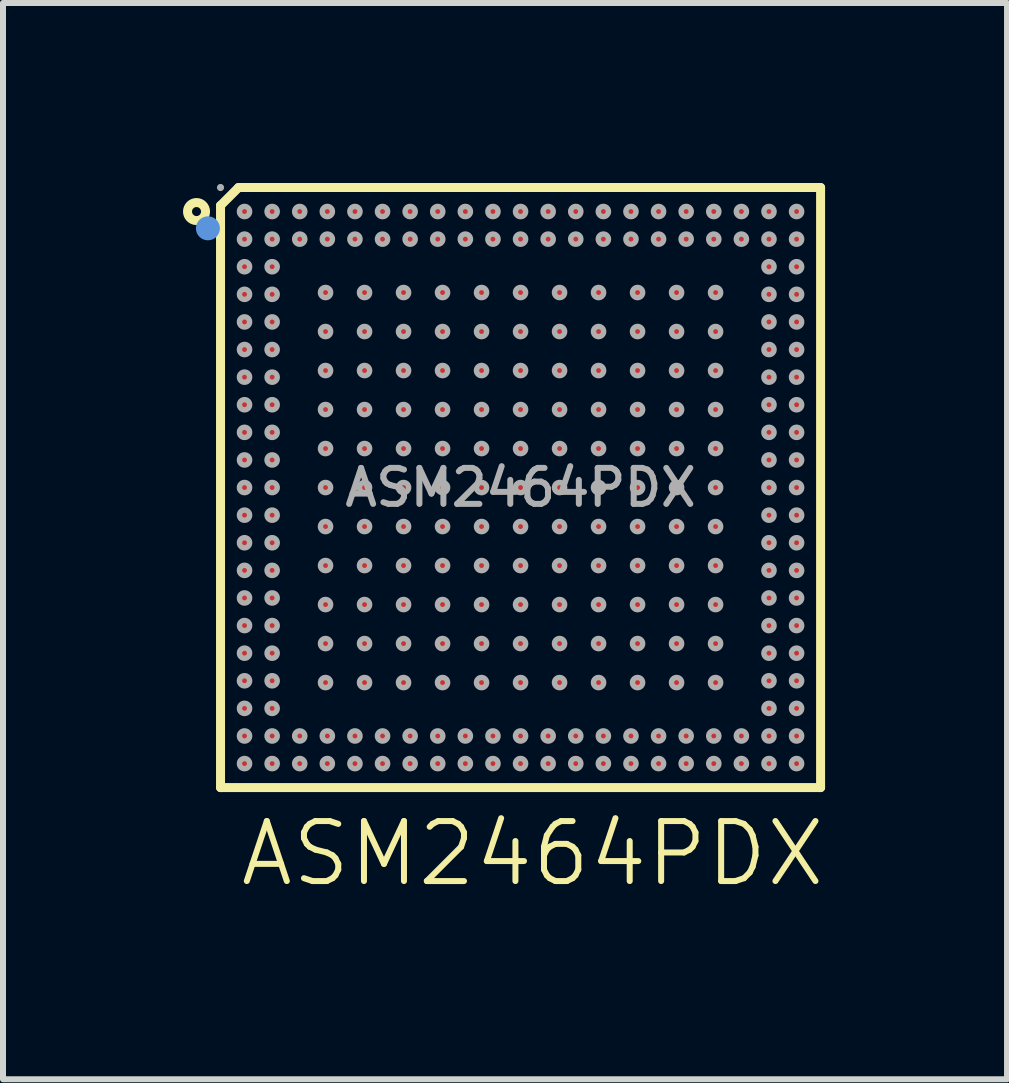
<source format=kicad_pcb>
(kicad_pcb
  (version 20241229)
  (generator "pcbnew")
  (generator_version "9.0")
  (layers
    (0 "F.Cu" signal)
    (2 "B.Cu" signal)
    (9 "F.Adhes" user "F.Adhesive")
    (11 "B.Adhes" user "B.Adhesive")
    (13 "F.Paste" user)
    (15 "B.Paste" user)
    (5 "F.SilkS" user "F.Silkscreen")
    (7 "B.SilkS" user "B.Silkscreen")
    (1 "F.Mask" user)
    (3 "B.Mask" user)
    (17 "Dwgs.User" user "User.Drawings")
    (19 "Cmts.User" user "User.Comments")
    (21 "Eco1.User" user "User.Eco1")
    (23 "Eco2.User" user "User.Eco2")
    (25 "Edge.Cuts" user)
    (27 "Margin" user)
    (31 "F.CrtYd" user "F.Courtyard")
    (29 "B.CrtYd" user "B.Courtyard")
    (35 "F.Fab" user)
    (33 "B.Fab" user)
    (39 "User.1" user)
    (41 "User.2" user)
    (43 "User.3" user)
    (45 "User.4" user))
  (footprint "ASM2464PDX"
    (layer "F.Cu")
    (at 5.825 11.675)
    (property "Reference" "ASM2464PDX" (at 0 -0.5 0) (unlocked yes) (layer "F.SilkS") (effects (font (size 1 1) (thickness 0.1))))
    (attr smd)
    (fp_line (start -5.2 -1.6) (end -5.2 -11.3) (stroke (width 0.15) (type solid)) (layer "F.SilkS"))
    (fp_line (start -5.2 -11.3) (end -4.9 -11.6) (stroke (width 0.15) (type solid)) (layer "F.SilkS"))
    (fp_line (start -4.9 -11.6) (end 4.8 -11.6) (stroke (width 0.15) (type solid)) (layer "F.SilkS"))
    (fp_line (start 4.8 -11.6) (end 4.8 -1.6) (stroke (width 0.15) (type solid)) (layer "F.SilkS"))
    (fp_line (start 4.8 -1.6) (end -5.2 -1.6) (stroke (width 0.15) (type solid)) (layer "F.SilkS"))
    (fp_arc (start -5.450002 -11.190001) (mid -5.750252 -11.204997) (end -5.449669 -11.200016) (stroke (width 0.15) (type solid)) (layer "F.SilkS"))
    (fp_circle (center -5.41 -10.92) (end -5.31 -10.92) (stroke (width 0.2) (type solid)) (fill no) (layer "Cmts.User"))
    (fp_circle (center -5.2 -11.6) (end -5.17 -11.6) (stroke (width 0.06) (type solid)) (fill no) (layer "F.Fab"))
    (fp_circle (center -4.8 -9.36) (end -4.76 -9.36) (stroke (width 0.09) (type solid)) (fill no) (layer "F.Fab"))
    (fp_circle (center -4.8 -9.82) (end -4.76 -9.82) (stroke (width 0.09) (type solid)) (fill no) (layer "F.Fab"))
    (fp_circle (center -4.8 -3.38) (end -4.76 -3.38) (stroke (width 0.09) (type solid)) (fill no) (layer "F.Fab"))
    (fp_circle (center -4.8 -11.2) (end -4.76 -11.2) (stroke (width 0.09) (type solid)) (fill no) (layer "F.Fab"))
    (fp_circle (center -4.8 -10.74) (end -4.76 -10.74) (stroke (width 0.09) (type solid)) (fill no) (layer "F.Fab"))
    (fp_circle (center -4.8 -10.28) (end -4.76 -10.28) (stroke (width 0.09) (type solid)) (fill no) (layer "F.Fab"))
    (fp_circle (center -4.8 -8.9) (end -4.76 -8.9) (stroke (width 0.09) (type solid)) (fill no) (layer "F.Fab"))
    (fp_circle (center -4.8 -7.98) (end -4.76 -7.98) (stroke (width 0.09) (type solid)) (fill no) (layer "F.Fab"))
    (fp_circle (center -4.8 -7.52) (end -4.76 -7.52) (stroke (width 0.09) (type solid)) (fill no) (layer "F.Fab"))
    (fp_circle (center -4.8 -6.6) (end -4.76 -6.6) (stroke (width 0.09) (type solid)) (fill no) (layer "F.Fab"))
    (fp_circle (center -4.8 -5.68) (end -4.76 -5.68) (stroke (width 0.09) (type solid)) (fill no) (layer "F.Fab"))
    (fp_circle (center -4.8 -5.22) (end -4.76 -5.22) (stroke (width 0.09) (type solid)) (fill no) (layer "F.Fab"))
    (fp_circle (center -4.8 -4.3) (end -4.76 -4.3) (stroke (width 0.09) (type solid)) (fill no) (layer "F.Fab"))
    (fp_circle (center -4.8 -3.84) (end -4.76 -3.84) (stroke (width 0.09) (type solid)) (fill no) (layer "F.Fab"))
    (fp_circle (center -4.8 -2.92) (end -4.76 -2.92) (stroke (width 0.09) (type solid)) (fill no) (layer "F.Fab"))
    (fp_circle (center -4.8 -2.46) (end -4.76 -2.46) (stroke (width 0.09) (type solid)) (fill no) (layer "F.Fab"))
    (fp_circle (center -4.8 -2) (end -4.76 -2) (stroke (width 0.09) (type solid)) (fill no) (layer "F.Fab"))
    (fp_circle (center -4.8 -8.44) (end -4.76 -8.44) (stroke (width 0.09) (type solid)) (fill no) (layer "F.Fab"))
    (fp_circle (center -4.8 -4.76) (end -4.76 -4.76) (stroke (width 0.09) (type solid)) (fill no) (layer "F.Fab"))
    (fp_circle (center -4.8 -7.06) (end -4.76 -7.06) (stroke (width 0.09) (type solid)) (fill no) (layer "F.Fab"))
    (fp_circle (center -4.8 -6.14) (end -4.76 -6.14) (stroke (width 0.09) (type solid)) (fill no) (layer "F.Fab"))
    (fp_circle (center -4.34 -9.36) (end -4.3 -9.36) (stroke (width 0.09) (type solid)) (fill no) (layer "F.Fab"))
    (fp_circle (center -4.34 -5.68) (end -4.3 -5.68) (stroke (width 0.09) (type solid)) (fill no) (layer "F.Fab"))
    (fp_circle (center -4.34 -3.38) (end -4.3 -3.38) (stroke (width 0.09) (type solid)) (fill no) (layer "F.Fab"))
    (fp_circle (center -4.34 -11.2) (end -4.3 -11.2) (stroke (width 0.09) (type solid)) (fill no) (layer "F.Fab"))
    (fp_circle (center -4.34 -10.74) (end -4.3 -10.74) (stroke (width 0.09) (type solid)) (fill no) (layer "F.Fab"))
    (fp_circle (center -4.34 -10.28) (end -4.3 -10.28) (stroke (width 0.09) (type solid)) (fill no) (layer "F.Fab"))
    (fp_circle (center -4.34 -9.82) (end -4.3 -9.82) (stroke (width 0.09) (type solid)) (fill no) (layer "F.Fab"))
    (fp_circle (center -4.34 -8.9) (end -4.3 -8.9) (stroke (width 0.09) (type solid)) (fill no) (layer "F.Fab"))
    (fp_circle (center -4.34 -8.44) (end -4.3 -8.44) (stroke (width 0.09) (type solid)) (fill no) (layer "F.Fab"))
    (fp_circle (center -4.34 -7.98) (end -4.3 -7.98) (stroke (width 0.09) (type solid)) (fill no) (layer "F.Fab"))
    (fp_circle (center -4.34 -7.52) (end -4.3 -7.52) (stroke (width 0.09) (type solid)) (fill no) (layer "F.Fab"))
    (fp_circle (center -4.34 -6.6) (end -4.3 -6.6) (stroke (width 0.09) (type solid)) (fill no) (layer "F.Fab"))
    (fp_circle (center -4.34 -6.14) (end -4.3 -6.14) (stroke (width 0.09) (type solid)) (fill no) (layer "F.Fab"))
    (fp_circle (center -4.34 -5.22) (end -4.3 -5.22) (stroke (width 0.09) (type solid)) (fill no) (layer "F.Fab"))
    (fp_circle (center -4.34 -4.76) (end -4.3 -4.76) (stroke (width 0.09) (type solid)) (fill no) (layer "F.Fab"))
    (fp_circle (center -4.34 -3.84) (end -4.3 -3.84) (stroke (width 0.09) (type solid)) (fill no) (layer "F.Fab"))
    (fp_circle (center -4.34 -2.92) (end -4.3 -2.92) (stroke (width 0.09) (type solid)) (fill no) (layer "F.Fab"))
    (fp_circle (center -4.34 -2.46) (end -4.3 -2.46) (stroke (width 0.09) (type solid)) (fill no) (layer "F.Fab"))
    (fp_circle (center -4.34 -7.06) (end -4.3 -7.06) (stroke (width 0.09) (type solid)) (fill no) (layer "F.Fab"))
    (fp_circle (center -4.34 -4.3) (end -4.3 -4.3) (stroke (width 0.09) (type solid)) (fill no) (layer "F.Fab"))
    (fp_circle (center -4.34 -2) (end -4.3 -2) (stroke (width 0.09) (type solid)) (fill no) (layer "F.Fab"))
    (fp_circle (center -3.88 -10.74) (end -3.84 -10.74) (stroke (width 0.09) (type solid)) (fill no) (layer "F.Fab"))
    (fp_circle (center -3.88 -2.46) (end -3.84 -2.46) (stroke (width 0.09) (type solid)) (fill no) (layer "F.Fab"))
    (fp_circle (center -3.88 -11.2) (end -3.84 -11.2) (stroke (width 0.09) (type solid)) (fill no) (layer "F.Fab"))
    (fp_circle (center -3.88 -2) (end -3.84 -2) (stroke (width 0.09) (type solid)) (fill no) (layer "F.Fab"))
    (fp_circle (center -3.45 -9.85) (end -3.41 -9.85) (stroke (width 0.09) (type solid)) (fill no) (layer "F.Fab"))
    (fp_circle (center -3.45 -8.55) (end -3.41 -8.55) (stroke (width 0.09) (type solid)) (fill no) (layer "F.Fab"))
    (fp_circle (center -3.45 -7.9) (end -3.41 -7.9) (stroke (width 0.09) (type solid)) (fill no) (layer "F.Fab"))
    (fp_circle (center -3.45 -7.25) (end -3.41 -7.25) (stroke (width 0.09) (type solid)) (fill no) (layer "F.Fab"))
    (fp_circle (center -3.45 -5.3) (end -3.41 -5.3) (stroke (width 0.09) (type solid)) (fill no) (layer "F.Fab"))
    (fp_circle (center -3.45 -4.65) (end -3.41 -4.65) (stroke (width 0.09) (type solid)) (fill no) (layer "F.Fab"))
    (fp_circle (center -3.45 -3.35) (end -3.41 -3.35) (stroke (width 0.09) (type solid)) (fill no) (layer "F.Fab"))
    (fp_circle (center -3.45 -9.2) (end -3.41 -9.2) (stroke (width 0.09) (type solid)) (fill no) (layer "F.Fab"))
    (fp_circle (center -3.45 -6.6) (end -3.41 -6.6) (stroke (width 0.09) (type solid)) (fill no) (layer "F.Fab"))
    (fp_circle (center -3.45 -5.95) (end -3.41 -5.95) (stroke (width 0.09) (type solid)) (fill no) (layer "F.Fab"))
    (fp_circle (center -3.45 -4) (end -3.41 -4) (stroke (width 0.09) (type solid)) (fill no) (layer "F.Fab"))
    (fp_circle (center -3.42 -10.74) (end -3.38 -10.74) (stroke (width 0.09) (type solid)) (fill no) (layer "F.Fab"))
    (fp_circle (center -3.42 -2.46) (end -3.38 -2.46) (stroke (width 0.09) (type solid)) (fill no) (layer "F.Fab"))
    (fp_circle (center -3.42 -11.2) (end -3.38 -11.2) (stroke (width 0.09) (type solid)) (fill no) (layer "F.Fab"))
    (fp_circle (center -3.42 -2) (end -3.38 -2) (stroke (width 0.09) (type solid)) (fill no) (layer "F.Fab"))
    (fp_circle (center -2.96 -10.74) (end -2.92 -10.74) (stroke (width 0.09) (type solid)) (fill no) (layer "F.Fab"))
    (fp_circle (center -2.96 -2.46) (end -2.92 -2.46) (stroke (width 0.09) (type solid)) (fill no) (layer "F.Fab"))
    (fp_circle (center -2.96 -2) (end -2.92 -2) (stroke (width 0.09) (type solid)) (fill no) (layer "F.Fab"))
    (fp_circle (center -2.96 -11.2) (end -2.92 -11.2) (stroke (width 0.09) (type solid)) (fill no) (layer "F.Fab"))
    (fp_circle (center -2.8 -9.85) (end -2.76 -9.85) (stroke (width 0.09) (type solid)) (fill no) (layer "F.Fab"))
    (fp_circle (center -2.8 -5.95) (end -2.76 -5.95) (stroke (width 0.09) (type solid)) (fill no) (layer "F.Fab"))
    (fp_circle (center -2.8 -9.2) (end -2.76 -9.2) (stroke (width 0.09) (type solid)) (fill no) (layer "F.Fab"))
    (fp_circle (center -2.8 -8.55) (end -2.76 -8.55) (stroke (width 0.09) (type solid)) (fill no) (layer "F.Fab"))
    (fp_circle (center -2.8 -7.25) (end -2.76 -7.25) (stroke (width 0.09) (type solid)) (fill no) (layer "F.Fab"))
    (fp_circle (center -2.8 -6.6) (end -2.76 -6.6) (stroke (width 0.09) (type solid)) (fill no) (layer "F.Fab"))
    (fp_circle (center -2.8 -4) (end -2.76 -4) (stroke (width 0.09) (type solid)) (fill no) (layer "F.Fab"))
    (fp_circle (center -2.8 -3.35) (end -2.76 -3.35) (stroke (width 0.09) (type solid)) (fill no) (layer "F.Fab"))
    (fp_circle (center -2.8 -7.9) (end -2.76 -7.9) (stroke (width 0.09) (type solid)) (fill no) (layer "F.Fab"))
    (fp_circle (center -2.8 -5.3) (end -2.76 -5.3) (stroke (width 0.09) (type solid)) (fill no) (layer "F.Fab"))
    (fp_circle (center -2.8 -4.65) (end -2.76 -4.65) (stroke (width 0.09) (type solid)) (fill no) (layer "F.Fab"))
    (fp_circle (center -2.5 -2.46) (end -2.46 -2.46) (stroke (width 0.09) (type solid)) (fill no) (layer "F.Fab"))
    (fp_circle (center -2.5 -11.2) (end -2.46 -11.2) (stroke (width 0.09) (type solid)) (fill no) (layer "F.Fab"))
    (fp_circle (center -2.5 -10.74) (end -2.46 -10.74) (stroke (width 0.09) (type solid)) (fill no) (layer "F.Fab"))
    (fp_circle (center -2.5 -2) (end -2.46 -2) (stroke (width 0.09) (type solid)) (fill no) (layer "F.Fab"))
    (fp_circle (center -2.15 -9.2) (end -2.11 -9.2) (stroke (width 0.09) (type solid)) (fill no) (layer "F.Fab"))
    (fp_circle (center -2.15 -7.9) (end -2.11 -7.9) (stroke (width 0.09) (type solid)) (fill no) (layer "F.Fab"))
    (fp_circle (center -2.15 -5.3) (end -2.11 -5.3) (stroke (width 0.09) (type solid)) (fill no) (layer "F.Fab"))
    (fp_circle (center -2.15 -9.85) (end -2.11 -9.85) (stroke (width 0.09) (type solid)) (fill no) (layer "F.Fab"))
    (fp_circle (center -2.15 -7.25) (end -2.11 -7.25) (stroke (width 0.09) (type solid)) (fill no) (layer "F.Fab"))
    (fp_circle (center -2.15 -6.6) (end -2.11 -6.6) (stroke (width 0.09) (type solid)) (fill no) (layer "F.Fab"))
    (fp_circle (center -2.15 -5.95) (end -2.11 -5.95) (stroke (width 0.09) (type solid)) (fill no) (layer "F.Fab"))
    (fp_circle (center -2.15 -3.35) (end -2.11 -3.35) (stroke (width 0.09) (type solid)) (fill no) (layer "F.Fab"))
    (fp_circle (center -2.15 -8.55) (end -2.11 -8.55) (stroke (width 0.09) (type solid)) (fill no) (layer "F.Fab"))
    (fp_circle (center -2.15 -4.65) (end -2.11 -4.65) (stroke (width 0.09) (type solid)) (fill no) (layer "F.Fab"))
    (fp_circle (center -2.15 -4) (end -2.11 -4) (stroke (width 0.09) (type solid)) (fill no) (layer "F.Fab"))
    (fp_circle (center -2.04 -11.2) (end -2 -11.2) (stroke (width 0.09) (type solid)) (fill no) (layer "F.Fab"))
    (fp_circle (center -2.04 -10.74) (end -2 -10.74) (stroke (width 0.09) (type solid)) (fill no) (layer "F.Fab"))
    (fp_circle (center -2.04 -2.46) (end -2 -2.46) (stroke (width 0.09) (type solid)) (fill no) (layer "F.Fab"))
    (fp_circle (center -2.04 -2) (end -2 -2) (stroke (width 0.09) (type solid)) (fill no) (layer "F.Fab"))
    (fp_circle (center -1.58 -11.2) (end -1.54 -11.2) (stroke (width 0.09) (type solid)) (fill no) (layer "F.Fab"))
    (fp_circle (center -1.58 -10.74) (end -1.54 -10.74) (stroke (width 0.09) (type solid)) (fill no) (layer "F.Fab"))
    (fp_circle (center -1.58 -2.46) (end -1.54 -2.46) (stroke (width 0.09) (type solid)) (fill no) (layer "F.Fab"))
    (fp_circle (center -1.58 -2) (end -1.54 -2) (stroke (width 0.09) (type solid)) (fill no) (layer "F.Fab"))
    (fp_circle (center -1.5 -7.25) (end -1.46 -7.25) (stroke (width 0.09) (type solid)) (fill no) (layer "F.Fab"))
    (fp_circle (center -1.5 -4.65) (end -1.46 -4.65) (stroke (width 0.09) (type solid)) (fill no) (layer "F.Fab"))
    (fp_circle (center -1.5 -9.85) (end -1.46 -9.85) (stroke (width 0.09) (type solid)) (fill no) (layer "F.Fab"))
    (fp_circle (center -1.5 -7.9) (end -1.46 -7.9) (stroke (width 0.09) (type solid)) (fill no) (layer "F.Fab"))
    (fp_circle (center -1.5 -5.3) (end -1.46 -5.3) (stroke (width 0.09) (type solid)) (fill no) (layer "F.Fab"))
    (fp_circle (center -1.5 -3.35) (end -1.46 -3.35) (stroke (width 0.09) (type solid)) (fill no) (layer "F.Fab"))
    (fp_circle (center -1.5 -6.6) (end -1.46 -6.6) (stroke (width 0.09) (type solid)) (fill no) (layer "F.Fab"))
    (fp_circle (center -1.5 -5.95) (end -1.46 -5.95) (stroke (width 0.09) (type solid)) (fill no) (layer "F.Fab"))
    (fp_circle (center -1.5 -9.2) (end -1.46 -9.2) (stroke (width 0.09) (type solid)) (fill no) (layer "F.Fab"))
    (fp_circle (center -1.5 -8.55) (end -1.46 -8.55) (stroke (width 0.09) (type solid)) (fill no) (layer "F.Fab"))
    (fp_circle (center -1.5 -4) (end -1.46 -4) (stroke (width 0.09) (type solid)) (fill no) (layer "F.Fab"))
    (fp_circle (center -1.12 -10.74) (end -1.08 -10.74) (stroke (width 0.09) (type solid)) (fill no) (layer "F.Fab"))
    (fp_circle (center -1.12 -2.46) (end -1.08 -2.46) (stroke (width 0.09) (type solid)) (fill no) (layer "F.Fab"))
    (fp_circle (center -1.12 -11.2) (end -1.08 -11.2) (stroke (width 0.09) (type solid)) (fill no) (layer "F.Fab"))
    (fp_circle (center -1.12 -2) (end -1.08 -2) (stroke (width 0.09) (type solid)) (fill no) (layer "F.Fab"))
    (fp_circle (center -0.85 -9.85) (end -0.81 -9.85) (stroke (width 0.09) (type solid)) (fill no) (layer "F.Fab"))
    (fp_circle (center -0.85 -9.2) (end -0.81 -9.2) (stroke (width 0.09) (type solid)) (fill no) (layer "F.Fab"))
    (fp_circle (center -0.85 -7.25) (end -0.81 -7.25) (stroke (width 0.09) (type solid)) (fill no) (layer "F.Fab"))
    (fp_circle (center -0.85 -6.6) (end -0.81 -6.6) (stroke (width 0.09) (type solid)) (fill no) (layer "F.Fab"))
    (fp_circle (center -0.85 -4) (end -0.81 -4) (stroke (width 0.09) (type solid)) (fill no) (layer "F.Fab"))
    (fp_circle (center -0.85 -3.35) (end -0.81 -3.35) (stroke (width 0.09) (type solid)) (fill no) (layer "F.Fab"))
    (fp_circle (center -0.85 -8.55) (end -0.81 -8.55) (stroke (width 0.09) (type solid)) (fill no) (layer "F.Fab"))
    (fp_circle (center -0.85 -7.9) (end -0.81 -7.9) (stroke (width 0.09) (type solid)) (fill no) (layer "F.Fab"))
    (fp_circle (center -0.85 -5.95) (end -0.81 -5.95) (stroke (width 0.09) (type solid)) (fill no) (layer "F.Fab"))
    (fp_circle (center -0.85 -5.3) (end -0.81 -5.3) (stroke (width 0.09) (type solid)) (fill no) (layer "F.Fab"))
    (fp_circle (center -0.85 -4.65) (end -0.81 -4.65) (stroke (width 0.09) (type solid)) (fill no) (layer "F.Fab"))
    (fp_circle (center -0.66 -2) (end -0.62 -2) (stroke (width 0.09) (type solid)) (fill no) (layer "F.Fab"))
    (fp_circle (center -0.66 -10.74) (end -0.62 -10.74) (stroke (width 0.09) (type solid)) (fill no) (layer "F.Fab"))
    (fp_circle (center -0.66 -11.2) (end -0.62 -11.2) (stroke (width 0.09) (type solid)) (fill no) (layer "F.Fab"))
    (fp_circle (center -0.66 -2.46) (end -0.62 -2.46) (stroke (width 0.09) (type solid)) (fill no) (layer "F.Fab"))
    (fp_circle (center -0.2 -5.95) (end -0.16 -5.95) (stroke (width 0.09) (type solid)) (fill no) (layer "F.Fab"))
    (fp_circle (center -0.2 -11.2) (end -0.16 -11.2) (stroke (width 0.09) (type solid)) (fill no) (layer "F.Fab"))
    (fp_circle (center -0.2 -10.74) (end -0.16 -10.74) (stroke (width 0.09) (type solid)) (fill no) (layer "F.Fab"))
    (fp_circle (center -0.2 -9.85) (end -0.16 -9.85) (stroke (width 0.09) (type solid)) (fill no) (layer "F.Fab"))
    (fp_circle (center -0.2 -9.2) (end -0.16 -9.2) (stroke (width 0.09) (type solid)) (fill no) (layer "F.Fab"))
    (fp_circle (center -0.2 -8.55) (end -0.16 -8.55) (stroke (width 0.09) (type solid)) (fill no) (layer "F.Fab"))
    (fp_circle (center -0.2 -7.9) (end -0.16 -7.9) (stroke (width 0.09) (type solid)) (fill no) (layer "F.Fab"))
    (fp_circle (center -0.2 -6.6) (end -0.16 -6.6) (stroke (width 0.09) (type solid)) (fill no) (layer "F.Fab"))
    (fp_circle (center -0.2 -5.3) (end -0.16 -5.3) (stroke (width 0.09) (type solid)) (fill no) (layer "F.Fab"))
    (fp_circle (center -0.2 -4.65) (end -0.16 -4.65) (stroke (width 0.09) (type solid)) (fill no) (layer "F.Fab"))
    (fp_circle (center -0.2 -4) (end -0.16 -4) (stroke (width 0.09) (type solid)) (fill no) (layer "F.Fab"))
    (fp_circle (center -0.2 -3.35) (end -0.16 -3.35) (stroke (width 0.09) (type solid)) (fill no) (layer "F.Fab"))
    (fp_circle (center -0.2 -2.46) (end -0.16 -2.46) (stroke (width 0.09) (type solid)) (fill no) (layer "F.Fab"))
    (fp_circle (center -0.2 -2) (end -0.16 -2) (stroke (width 0.09) (type solid)) (fill no) (layer "F.Fab"))
    (fp_circle (center -0.2 -7.25) (end -0.16 -7.25) (stroke (width 0.09) (type solid)) (fill no) (layer "F.Fab"))
    (fp_circle (center 0.26 -10.74) (end 0.3 -10.74) (stroke (width 0.09) (type solid)) (fill no) (layer "F.Fab"))
    (fp_circle (center 0.26 -2) (end 0.3 -2) (stroke (width 0.09) (type solid)) (fill no) (layer "F.Fab"))
    (fp_circle (center 0.26 -2.46) (end 0.3 -2.46) (stroke (width 0.09) (type solid)) (fill no) (layer "F.Fab"))
    (fp_circle (center 0.26 -11.2) (end 0.3 -11.2) (stroke (width 0.09) (type solid)) (fill no) (layer "F.Fab"))
    (fp_circle (center 0.45 -8.55) (end 0.49 -8.55) (stroke (width 0.09) (type solid)) (fill no) (layer "F.Fab"))
    (fp_circle (center 0.45 -7.9) (end 0.49 -7.9) (stroke (width 0.09) (type solid)) (fill no) (layer "F.Fab"))
    (fp_circle (center 0.45 -7.25) (end 0.49 -7.25) (stroke (width 0.09) (type solid)) (fill no) (layer "F.Fab"))
    (fp_circle (center 0.45 -5.3) (end 0.49 -5.3) (stroke (width 0.09) (type solid)) (fill no) (layer "F.Fab"))
    (fp_circle (center 0.45 -4.65) (end 0.49 -4.65) (stroke (width 0.09) (type solid)) (fill no) (layer "F.Fab"))
    (fp_circle (center 0.45 -9.85) (end 0.49 -9.85) (stroke (width 0.09) (type solid)) (fill no) (layer "F.Fab"))
    (fp_circle (center 0.45 -9.2) (end 0.49 -9.2) (stroke (width 0.09) (type solid)) (fill no) (layer "F.Fab"))
    (fp_circle (center 0.45 -6.6) (end 0.49 -6.6) (stroke (width 0.09) (type solid)) (fill no) (layer "F.Fab"))
    (fp_circle (center 0.45 -5.95) (end 0.49 -5.95) (stroke (width 0.09) (type solid)) (fill no) (layer "F.Fab"))
    (fp_circle (center 0.45 -4) (end 0.49 -4) (stroke (width 0.09) (type solid)) (fill no) (layer "F.Fab"))
    (fp_circle (center 0.45 -3.35) (end 0.49 -3.35) (stroke (width 0.09) (type solid)) (fill no) (layer "F.Fab"))
    (fp_circle (center 0.72 -11.2) (end 0.76 -11.2) (stroke (width 0.09) (type solid)) (fill no) (layer "F.Fab"))
    (fp_circle (center 0.72 -2) (end 0.76 -2) (stroke (width 0.09) (type solid)) (fill no) (layer "F.Fab"))
    (fp_circle (center 0.72 -10.74) (end 0.76 -10.74) (stroke (width 0.09) (type solid)) (fill no) (layer "F.Fab"))
    (fp_circle (center 0.72 -2.46) (end 0.76 -2.46) (stroke (width 0.09) (type solid)) (fill no) (layer "F.Fab"))
    (fp_circle (center 1.1 -9.2) (end 1.14 -9.2) (stroke (width 0.09) (type solid)) (fill no) (layer "F.Fab"))
    (fp_circle (center 1.1 -4.65) (end 1.14 -4.65) (stroke (width 0.09) (type solid)) (fill no) (layer "F.Fab"))
    (fp_circle (center 1.1 -4) (end 1.14 -4) (stroke (width 0.09) (type solid)) (fill no) (layer "F.Fab"))
    (fp_circle (center 1.1 -7.25) (end 1.14 -7.25) (stroke (width 0.09) (type solid)) (fill no) (layer "F.Fab"))
    (fp_circle (center 1.1 -6.6) (end 1.14 -6.6) (stroke (width 0.09) (type solid)) (fill no) (layer "F.Fab"))
    (fp_circle (center 1.1 -9.85) (end 1.14 -9.85) (stroke (width 0.09) (type solid)) (fill no) (layer "F.Fab"))
    (fp_circle (center 1.1 -7.9) (end 1.14 -7.9) (stroke (width 0.09) (type solid)) (fill no) (layer "F.Fab"))
    (fp_circle (center 1.1 -5.3) (end 1.14 -5.3) (stroke (width 0.09) (type solid)) (fill no) (layer "F.Fab"))
    (fp_circle (center 1.1 -3.35) (end 1.14 -3.35) (stroke (width 0.09) (type solid)) (fill no) (layer "F.Fab"))
    (fp_circle (center 1.1 -8.55) (end 1.14 -8.55) (stroke (width 0.09) (type solid)) (fill no) (layer "F.Fab"))
    (fp_circle (center 1.1 -5.95) (end 1.14 -5.95) (stroke (width 0.09) (type solid)) (fill no) (layer "F.Fab"))
    (fp_circle (center 1.18 -11.2) (end 1.22 -11.2) (stroke (width 0.09) (type solid)) (fill no) (layer "F.Fab"))
    (fp_circle (center 1.18 -10.74) (end 1.22 -10.74) (stroke (width 0.09) (type solid)) (fill no) (layer "F.Fab"))
    (fp_circle (center 1.18 -2.46) (end 1.22 -2.46) (stroke (width 0.09) (type solid)) (fill no) (layer "F.Fab"))
    (fp_circle (center 1.18 -2) (end 1.22 -2) (stroke (width 0.09) (type solid)) (fill no) (layer "F.Fab"))
    (fp_circle (center 1.64 -11.2) (end 1.68 -11.2) (stroke (width 0.09) (type solid)) (fill no) (layer "F.Fab"))
    (fp_circle (center 1.64 -10.74) (end 1.68 -10.74) (stroke (width 0.09) (type solid)) (fill no) (layer "F.Fab"))
    (fp_circle (center 1.64 -2.46) (end 1.68 -2.46) (stroke (width 0.09) (type solid)) (fill no) (layer "F.Fab"))
    (fp_circle (center 1.64 -2) (end 1.68 -2) (stroke (width 0.09) (type solid)) (fill no) (layer "F.Fab"))
    (fp_circle (center 1.75 -9.2) (end 1.79 -9.2) (stroke (width 0.09) (type solid)) (fill no) (layer "F.Fab"))
    (fp_circle (center 1.75 -8.55) (end 1.79 -8.55) (stroke (width 0.09) (type solid)) (fill no) (layer "F.Fab"))
    (fp_circle (center 1.75 -4.65) (end 1.79 -4.65) (stroke (width 0.09) (type solid)) (fill no) (layer "F.Fab"))
    (fp_circle (center 1.75 -9.85) (end 1.79 -9.85) (stroke (width 0.09) (type solid)) (fill no) (layer "F.Fab"))
    (fp_circle (center 1.75 -7.25) (end 1.79 -7.25) (stroke (width 0.09) (type solid)) (fill no) (layer "F.Fab"))
    (fp_circle (center 1.75 -6.6) (end 1.79 -6.6) (stroke (width 0.09) (type solid)) (fill no) (layer "F.Fab"))
    (fp_circle (center 1.75 -5.95) (end 1.79 -5.95) (stroke (width 0.09) (type solid)) (fill no) (layer "F.Fab"))
    (fp_circle (center 1.75 -3.35) (end 1.79 -3.35) (stroke (width 0.09) (type solid)) (fill no) (layer "F.Fab"))
    (fp_circle (center 1.75 -7.9) (end 1.79 -7.9) (stroke (width 0.09) (type solid)) (fill no) (layer "F.Fab"))
    (fp_circle (center 1.75 -5.3) (end 1.79 -5.3) (stroke (width 0.09) (type solid)) (fill no) (layer "F.Fab"))
    (fp_circle (center 1.75 -4) (end 1.79 -4) (stroke (width 0.09) (type solid)) (fill no) (layer "F.Fab"))
    (fp_circle (center 2.1 -11.2) (end 2.14 -11.2) (stroke (width 0.09) (type solid)) (fill no) (layer "F.Fab"))
    (fp_circle (center 2.1 -2.46) (end 2.14 -2.46) (stroke (width 0.09) (type solid)) (fill no) (layer "F.Fab"))
    (fp_circle (center 2.1 -2) (end 2.14 -2) (stroke (width 0.09) (type solid)) (fill no) (layer "F.Fab"))
    (fp_circle (center 2.1 -10.74) (end 2.14 -10.74) (stroke (width 0.09) (type solid)) (fill no) (layer "F.Fab"))
    (fp_circle (center 2.4 -8.55) (end 2.44 -8.55) (stroke (width 0.09) (type solid)) (fill no) (layer "F.Fab"))
    (fp_circle (center 2.4 -7.9) (end 2.44 -7.9) (stroke (width 0.09) (type solid)) (fill no) (layer "F.Fab"))
    (fp_circle (center 2.4 -5.3) (end 2.44 -5.3) (stroke (width 0.09) (type solid)) (fill no) (layer "F.Fab"))
    (fp_circle (center 2.4 -9.85) (end 2.44 -9.85) (stroke (width 0.09) (type solid)) (fill no) (layer "F.Fab"))
    (fp_circle (center 2.4 -9.2) (end 2.44 -9.2) (stroke (width 0.09) (type solid)) (fill no) (layer "F.Fab"))
    (fp_circle (center 2.4 -6.6) (end 2.44 -6.6) (stroke (width 0.09) (type solid)) (fill no) (layer "F.Fab"))
    (fp_circle (center 2.4 -5.95) (end 2.44 -5.95) (stroke (width 0.09) (type solid)) (fill no) (layer "F.Fab"))
    (fp_circle (center 2.4 -4.65) (end 2.44 -4.65) (stroke (width 0.09) (type solid)) (fill no) (layer "F.Fab"))
    (fp_circle (center 2.4 -4) (end 2.44 -4) (stroke (width 0.09) (type solid)) (fill no) (layer "F.Fab"))
    (fp_circle (center 2.4 -7.25) (end 2.44 -7.25) (stroke (width 0.09) (type solid)) (fill no) (layer "F.Fab"))
    (fp_circle (center 2.4 -3.35) (end 2.44 -3.35) (stroke (width 0.09) (type solid)) (fill no) (layer "F.Fab"))
    (fp_circle (center 2.56 -2) (end 2.6 -2) (stroke (width 0.09) (type solid)) (fill no) (layer "F.Fab"))
    (fp_circle (center 2.56 -11.2) (end 2.6 -11.2) (stroke (width 0.09) (type solid)) (fill no) (layer "F.Fab"))
    (fp_circle (center 2.56 -10.74) (end 2.6 -10.74) (stroke (width 0.09) (type solid)) (fill no) (layer "F.Fab"))
    (fp_circle (center 2.56 -2.46) (end 2.6 -2.46) (stroke (width 0.09) (type solid)) (fill no) (layer "F.Fab"))
    (fp_circle (center 3.02 -11.2) (end 3.06 -11.2) (stroke (width 0.09) (type solid)) (fill no) (layer "F.Fab"))
    (fp_circle (center 3.02 -2) (end 3.06 -2) (stroke (width 0.09) (type solid)) (fill no) (layer "F.Fab"))
    (fp_circle (center 3.02 -10.74) (end 3.06 -10.74) (stroke (width 0.09) (type solid)) (fill no) (layer "F.Fab"))
    (fp_circle (center 3.02 -2.46) (end 3.06 -2.46) (stroke (width 0.09) (type solid)) (fill no) (layer "F.Fab"))
    (fp_circle (center 3.05 -9.2) (end 3.09 -9.2) (stroke (width 0.09) (type solid)) (fill no) (layer "F.Fab"))
    (fp_circle (center 3.05 -7.25) (end 3.09 -7.25) (stroke (width 0.09) (type solid)) (fill no) (layer "F.Fab"))
    (fp_circle (center 3.05 -6.6) (end 3.09 -6.6) (stroke (width 0.09) (type solid)) (fill no) (layer "F.Fab"))
    (fp_circle (center 3.05 -4) (end 3.09 -4) (stroke (width 0.09) (type solid)) (fill no) (layer "F.Fab"))
    (fp_circle (center 3.05 -9.85) (end 3.09 -9.85) (stroke (width 0.09) (type solid)) (fill no) (layer "F.Fab"))
    (fp_circle (center 3.05 -8.55) (end 3.09 -8.55) (stroke (width 0.09) (type solid)) (fill no) (layer "F.Fab"))
    (fp_circle (center 3.05 -7.9) (end 3.09 -7.9) (stroke (width 0.09) (type solid)) (fill no) (layer "F.Fab"))
    (fp_circle (center 3.05 -5.95) (end 3.09 -5.95) (stroke (width 0.09) (type solid)) (fill no) (layer "F.Fab"))
    (fp_circle (center 3.05 -5.3) (end 3.09 -5.3) (stroke (width 0.09) (type solid)) (fill no) (layer "F.Fab"))
    (fp_circle (center 3.05 -4.65) (end 3.09 -4.65) (stroke (width 0.09) (type solid)) (fill no) (layer "F.Fab"))
    (fp_circle (center 3.05 -3.35) (end 3.09 -3.35) (stroke (width 0.09) (type solid)) (fill no) (layer "F.Fab"))
    (fp_circle (center 3.48 -11.2) (end 3.52 -11.2) (stroke (width 0.09) (type solid)) (fill no) (layer "F.Fab"))
    (fp_circle (center 3.48 -2) (end 3.52 -2) (stroke (width 0.09) (type solid)) (fill no) (layer "F.Fab"))
    (fp_circle (center 3.48 -10.74) (end 3.52 -10.74) (stroke (width 0.09) (type solid)) (fill no) (layer "F.Fab"))
    (fp_circle (center 3.48 -2.46) (end 3.52 -2.46) (stroke (width 0.09) (type solid)) (fill no) (layer "F.Fab"))
    (fp_circle (center 3.94 -11.2) (end 3.98 -11.2) (stroke (width 0.09) (type solid)) (fill no) (layer "F.Fab"))
    (fp_circle (center 3.94 -8.9) (end 3.98 -8.9) (stroke (width 0.09) (type solid)) (fill no) (layer "F.Fab"))
    (fp_circle (center 3.94 -6.14) (end 3.98 -6.14) (stroke (width 0.09) (type solid)) (fill no) (layer "F.Fab"))
    (fp_circle (center 3.94 -10.74) (end 3.98 -10.74) (stroke (width 0.09) (type solid)) (fill no) (layer "F.Fab"))
    (fp_circle (center 3.94 -10.28) (end 3.98 -10.28) (stroke (width 0.09) (type solid)) (fill no) (layer "F.Fab"))
    (fp_circle (center 3.94 -9.36) (end 3.98 -9.36) (stroke (width 0.09) (type solid)) (fill no) (layer "F.Fab"))
    (fp_circle (center 3.94 -8.44) (end 3.98 -8.44) (stroke (width 0.09) (type solid)) (fill no) (layer "F.Fab"))
    (fp_circle (center 3.94 -7.98) (end 3.98 -7.98) (stroke (width 0.09) (type solid)) (fill no) (layer "F.Fab"))
    (fp_circle (center 3.94 -7.06) (end 3.98 -7.06) (stroke (width 0.09) (type solid)) (fill no) (layer "F.Fab"))
    (fp_circle (center 3.94 -6.6) (end 3.98 -6.6) (stroke (width 0.09) (type solid)) (fill no) (layer "F.Fab"))
    (fp_circle (center 3.94 -5.68) (end 3.98 -5.68) (stroke (width 0.09) (type solid)) (fill no) (layer "F.Fab"))
    (fp_circle (center 3.94 -5.22) (end 3.98 -5.22) (stroke (width 0.09) (type solid)) (fill no) (layer "F.Fab"))
    (fp_circle (center 3.94 -4.76) (end 3.98 -4.76) (stroke (width 0.09) (type solid)) (fill no) (layer "F.Fab"))
    (fp_circle (center 3.94 -4.3) (end 3.98 -4.3) (stroke (width 0.09) (type solid)) (fill no) (layer "F.Fab"))
    (fp_circle (center 3.94 -3.38) (end 3.98 -3.38) (stroke (width 0.09) (type solid)) (fill no) (layer "F.Fab"))
    (fp_circle (center 3.94 -2.92) (end 3.98 -2.92) (stroke (width 0.09) (type solid)) (fill no) (layer "F.Fab"))
    (fp_circle (center 3.94 -2.46) (end 3.98 -2.46) (stroke (width 0.09) (type solid)) (fill no) (layer "F.Fab"))
    (fp_circle (center 3.94 -2) (end 3.98 -2) (stroke (width 0.09) (type solid)) (fill no) (layer "F.Fab"))
    (fp_circle (center 3.94 -9.82) (end 3.98 -9.82) (stroke (width 0.09) (type solid)) (fill no) (layer "F.Fab"))
    (fp_circle (center 3.94 -7.52) (end 3.98 -7.52) (stroke (width 0.09) (type solid)) (fill no) (layer "F.Fab"))
    (fp_circle (center 3.94 -3.84) (end 3.98 -3.84) (stroke (width 0.09) (type solid)) (fill no) (layer "F.Fab"))
    (fp_circle (center 4.4 -7.06) (end 4.44 -7.06) (stroke (width 0.09) (type solid)) (fill no) (layer "F.Fab"))
    (fp_circle (center 4.4 -6.14) (end 4.44 -6.14) (stroke (width 0.09) (type solid)) (fill no) (layer "F.Fab"))
    (fp_circle (center 4.4 -8.44) (end 4.44 -8.44) (stroke (width 0.09) (type solid)) (fill no) (layer "F.Fab"))
    (fp_circle (center 4.4 -4.76) (end 4.44 -4.76) (stroke (width 0.09) (type solid)) (fill no) (layer "F.Fab"))
    (fp_circle (center 4.4 -11.2) (end 4.44 -11.2) (stroke (width 0.09) (type solid)) (fill no) (layer "F.Fab"))
    (fp_circle (center 4.4 -10.74) (end 4.44 -10.74) (stroke (width 0.09) (type solid)) (fill no) (layer "F.Fab"))
    (fp_circle (center 4.4 -10.28) (end 4.44 -10.28) (stroke (width 0.09) (type solid)) (fill no) (layer "F.Fab"))
    (fp_circle (center 4.4 -9.36) (end 4.44 -9.36) (stroke (width 0.09) (type solid)) (fill no) (layer "F.Fab"))
    (fp_circle (center 4.4 -8.9) (end 4.44 -8.9) (stroke (width 0.09) (type solid)) (fill no) (layer "F.Fab"))
    (fp_circle (center 4.4 -7.98) (end 4.44 -7.98) (stroke (width 0.09) (type solid)) (fill no) (layer "F.Fab"))
    (fp_circle (center 4.4 -7.52) (end 4.44 -7.52) (stroke (width 0.09) (type solid)) (fill no) (layer "F.Fab"))
    (fp_circle (center 4.4 -6.6) (end 4.44 -6.6) (stroke (width 0.09) (type solid)) (fill no) (layer "F.Fab"))
    (fp_circle (center 4.4 -5.68) (end 4.44 -5.68) (stroke (width 0.09) (type solid)) (fill no) (layer "F.Fab"))
    (fp_circle (center 4.4 -5.22) (end 4.44 -5.22) (stroke (width 0.09) (type solid)) (fill no) (layer "F.Fab"))
    (fp_circle (center 4.4 -4.3) (end 4.44 -4.3) (stroke (width 0.09) (type solid)) (fill no) (layer "F.Fab"))
    (fp_circle (center 4.4 -2.92) (end 4.44 -2.92) (stroke (width 0.09) (type solid)) (fill no) (layer "F.Fab"))
    (fp_circle (center 4.4 -2.46) (end 4.44 -2.46) (stroke (width 0.09) (type solid)) (fill no) (layer "F.Fab"))
    (fp_circle (center 4.4 -2) (end 4.44 -2) (stroke (width 0.09) (type solid)) (fill no) (layer "F.Fab"))
    (fp_circle (center 4.4 -9.82) (end 4.44 -9.82) (stroke (width 0.09) (type solid)) (fill no) (layer "F.Fab"))
    (fp_circle (center 4.4 -3.38) (end 4.44 -3.38) (stroke (width 0.09) (type solid)) (fill no) (layer "F.Fab"))
    (fp_circle (center 4.4 -3.84) (end 4.44 -3.84) (stroke (width 0.09) (type solid)) (fill no) (layer "F.Fab"))
    (fp_text user "${REFERENCE}" (at -0.2 -6.6 0) (layer "F.Fab") (effects (font (size 0.6 0.6) (thickness 0.1))))
    (pad "A1" smd circle (at -4.8 -11.2) (size 0.18 0.18) (layers "F.Cu" "F.Mask" "F.Paste"))
    (pad "A2" smd oval (at -4.34 -11.2) (size 0.18 0.25) (layers "F.Cu" "F.Mask" "F.Paste"))
    (pad "A3" smd oval (at -3.88 -11.2) (size 0.18 0.25) (layers "F.Cu" "F.Mask" "F.Paste"))
    (pad "A4" smd oval (at -3.42 -11.2) (size 0.18 0.25) (layers "F.Cu" "F.Mask" "F.Paste"))
    (pad "A5" smd oval (at -2.96 -11.2) (size 0.18 0.25) (layers "F.Cu" "F.Mask" "F.Paste"))
    (pad "A6" smd oval (at -2.5 -11.2) (size 0.18 0.25) (layers "F.Cu" "F.Mask" "F.Paste"))
    (pad "A7" smd oval (at -2.04 -11.2) (size 0.18 0.25) (layers "F.Cu" "F.Mask" "F.Paste"))
    (pad "A8" smd oval (at -1.58 -11.2) (size 0.18 0.25) (layers "F.Cu" "F.Mask" "F.Paste"))
    (pad "A9" smd oval (at -1.12 -11.2) (size 0.18 0.25) (layers "F.Cu" "F.Mask" "F.Paste"))
    (pad "A10" smd oval (at -0.66 -11.2) (size 0.18 0.25) (layers "F.Cu" "F.Mask" "F.Paste"))
    (pad "A11" smd oval (at -0.2 -11.2) (size 0.18 0.25) (layers "F.Cu" "F.Mask" "F.Paste"))
    (pad "A12" smd oval (at 0.26 -11.2) (size 0.18 0.25) (layers "F.Cu" "F.Mask" "F.Paste"))
    (pad "A13" smd oval (at 0.72 -11.2) (size 0.18 0.25) (layers "F.Cu" "F.Mask" "F.Paste"))
    (pad "A14" smd oval (at 1.18 -11.2) (size 0.18 0.25) (layers "F.Cu" "F.Mask" "F.Paste"))
    (pad "A15" smd oval (at 1.64 -11.2) (size 0.18 0.25) (layers "F.Cu" "F.Mask" "F.Paste"))
    (pad "A16" smd oval (at 2.1 -11.2) (size 0.18 0.25) (layers "F.Cu" "F.Mask" "F.Paste"))
    (pad "A17" smd oval (at 2.56 -11.2) (size 0.18 0.25) (layers "F.Cu" "F.Mask" "F.Paste"))
    (pad "A18" smd oval (at 3.02 -11.2) (size 0.18 0.25) (layers "F.Cu" "F.Mask" "F.Paste"))
    (pad "A19" smd oval (at 3.48 -11.2) (size 0.18 0.25) (layers "F.Cu" "F.Mask" "F.Paste"))
    (pad "A20" smd oval (at 3.94 -11.2) (size 0.18 0.25) (layers "F.Cu" "F.Mask" "F.Paste"))
    (pad "A21" smd circle (at 4.4 -11.2) (size 0.18 0.18) (layers "F.Cu" "F.Mask" "F.Paste"))
    (pad "AA1" smd circle (at -4.8 -2) (size 0.18 0.18) (layers "F.Cu" "F.Mask" "F.Paste"))
    (pad "AA2" smd oval (at -4.34 -2) (size 0.18 0.25) (layers "F.Cu" "F.Mask" "F.Paste"))
    (pad "AA3" smd oval (at -3.88 -2) (size 0.18 0.25) (layers "F.Cu" "F.Mask" "F.Paste"))
    (pad "AA4" smd oval (at -3.42 -2) (size 0.18 0.25) (layers "F.Cu" "F.Mask" "F.Paste"))
    (pad "AA5" smd oval (at -2.96 -2) (size 0.18 0.25) (layers "F.Cu" "F.Mask" "F.Paste"))
    (pad "AA6" smd oval (at -2.5 -2) (size 0.18 0.25) (layers "F.Cu" "F.Mask" "F.Paste"))
    (pad "AA7" smd oval (at -2.04 -2) (size 0.18 0.25) (layers "F.Cu" "F.Mask" "F.Paste"))
    (pad "AA8" smd oval (at -1.58 -2) (size 0.18 0.25) (layers "F.Cu" "F.Mask" "F.Paste"))
    (pad "AA9" smd oval (at -1.12 -2) (size 0.18 0.25) (layers "F.Cu" "F.Mask" "F.Paste"))
    (pad "AA10" smd oval (at -0.66 -2) (size 0.18 0.25) (layers "F.Cu" "F.Mask" "F.Paste"))
    (pad "AA11" smd oval (at -0.2 -2) (size 0.18 0.25) (layers "F.Cu" "F.Mask" "F.Paste"))
    (pad "AA12" smd oval (at 0.26 -2) (size 0.18 0.25) (layers "F.Cu" "F.Mask" "F.Paste"))
    (pad "AA13" smd oval (at 0.72 -2) (size 0.18 0.25) (layers "F.Cu" "F.Mask" "F.Paste"))
    (pad "AA14" smd oval (at 1.18 -2) (size 0.18 0.25) (layers "F.Cu" "F.Mask" "F.Paste"))
    (pad "AA15" smd oval (at 1.64 -2) (size 0.18 0.25) (layers "F.Cu" "F.Mask" "F.Paste"))
    (pad "AA16" smd oval (at 2.1 -2) (size 0.18 0.25) (layers "F.Cu" "F.Mask" "F.Paste"))
    (pad "AA17" smd oval (at 2.56 -2) (size 0.18 0.25) (layers "F.Cu" "F.Mask" "F.Paste"))
    (pad "AA18" smd oval (at 3.02 -2) (size 0.18 0.25) (layers "F.Cu" "F.Mask" "F.Paste"))
    (pad "AA19" smd oval (at 3.48 -2) (size 0.18 0.25) (layers "F.Cu" "F.Mask" "F.Paste"))
    (pad "AA20" smd oval (at 3.94 -2) (size 0.18 0.25) (layers "F.Cu" "F.Mask" "F.Paste"))
    (pad "AA21" smd circle (at 4.4 -2) (size 0.18 0.18) (layers "F.Cu" "F.Mask" "F.Paste"))
    (pad "B1" smd oval (at -4.8 -10.74) (size 0.25 0.18) (layers "F.Cu" "F.Mask" "F.Paste"))
    (pad "B2" smd circle (at -4.34 -10.74) (size 0.18 0.18) (layers "F.Cu" "F.Mask" "F.Paste"))
    (pad "B3" smd circle (at -3.88 -10.74) (size 0.18 0.18) (layers "F.Cu" "F.Mask" "F.Paste"))
    (pad "B4" smd circle (at -3.42 -10.74) (size 0.18 0.18) (layers "F.Cu" "F.Mask" "F.Paste"))
    (pad "B5" smd circle (at -2.96 -10.74) (size 0.18 0.18) (layers "F.Cu" "F.Mask" "F.Paste"))
    (pad "B6" smd circle (at -2.5 -10.74) (size 0.18 0.18) (layers "F.Cu" "F.Mask" "F.Paste"))
    (pad "B7" smd circle (at -2.04 -10.74) (size 0.18 0.18) (layers "F.Cu" "F.Mask" "F.Paste"))
    (pad "B8" smd circle (at -1.58 -10.74) (size 0.18 0.18) (layers "F.Cu" "F.Mask" "F.Paste"))
    (pad "B9" smd circle (at -1.12 -10.74) (size 0.18 0.18) (layers "F.Cu" "F.Mask" "F.Paste"))
    (pad "B10" smd circle (at -0.66 -10.74) (size 0.18 0.18) (layers "F.Cu" "F.Mask" "F.Paste"))
    (pad "B11" smd circle (at -0.2 -10.74) (size 0.18 0.18) (layers "F.Cu" "F.Mask" "F.Paste"))
    (pad "B12" smd circle (at 0.26 -10.74) (size 0.18 0.18) (layers "F.Cu" "F.Mask" "F.Paste"))
    (pad "B13" smd circle (at 0.72 -10.74) (size 0.18 0.18) (layers "F.Cu" "F.Mask" "F.Paste"))
    (pad "B14" smd circle (at 1.18 -10.74) (size 0.18 0.18) (layers "F.Cu" "F.Mask" "F.Paste"))
    (pad "B15" smd circle (at 1.64 -10.74) (size 0.18 0.18) (layers "F.Cu" "F.Mask" "F.Paste"))
    (pad "B16" smd circle (at 2.1 -10.74) (size 0.18 0.18) (layers "F.Cu" "F.Mask" "F.Paste"))
    (pad "B17" smd circle (at 2.56 -10.74) (size 0.18 0.18) (layers "F.Cu" "F.Mask" "F.Paste"))
    (pad "B18" smd circle (at 3.02 -10.74) (size 0.18 0.18) (layers "F.Cu" "F.Mask" "F.Paste"))
    (pad "B19" smd circle (at 3.48 -10.74) (size 0.18 0.18) (layers "F.Cu" "F.Mask" "F.Paste"))
    (pad "B20" smd circle (at 3.94 -10.74) (size 0.18 0.18) (layers "F.Cu" "F.Mask" "F.Paste"))
    (pad "B21" smd oval (at 4.4 -10.74) (size 0.25 0.18) (layers "F.Cu" "F.Mask" "F.Paste"))
    (pad "C1" smd oval (at -4.8 -10.28) (size 0.25 0.18) (layers "F.Cu" "F.Mask" "F.Paste"))
    (pad "C2" smd circle (at -4.34 -10.28) (size 0.18 0.18) (layers "F.Cu" "F.Mask" "F.Paste"))
    (pad "C20" smd circle (at 3.94 -10.28) (size 0.18 0.18) (layers "F.Cu" "F.Mask" "F.Paste"))
    (pad "C21" smd oval (at 4.4 -10.28) (size 0.25 0.18) (layers "F.Cu" "F.Mask" "F.Paste"))
    (pad "D1" smd oval (at -4.8 -9.82) (size 0.25 0.18) (layers "F.Cu" "F.Mask" "F.Paste"))
    (pad "D2" smd circle (at -4.34 -9.82) (size 0.18 0.18) (layers "F.Cu" "F.Mask" "F.Paste"))
    (pad "D4" smd circle (at -3.45 -9.85) (size 0.18 0.18) (layers "F.Cu" "F.Mask" "F.Paste"))
    (pad "D5" smd circle (at -2.8 -9.85) (size 0.18 0.18) (layers "F.Cu" "F.Mask" "F.Paste"))
    (pad "D6" smd circle (at -2.15 -9.85) (size 0.18 0.18) (layers "F.Cu" "F.Mask" "F.Paste"))
    (pad "D8" smd circle (at -1.5 -9.85) (size 0.18 0.18) (layers "F.Cu" "F.Mask" "F.Paste"))
    (pad "D9" smd circle (at -0.85 -9.85) (size 0.18 0.18) (layers "F.Cu" "F.Mask" "F.Paste"))
    (pad "D11" smd circle (at -0.2 -9.85) (size 0.18 0.18) (layers "F.Cu" "F.Mask" "F.Paste"))
    (pad "D13" smd circle (at 0.45 -9.85) (size 0.18 0.18) (layers "F.Cu" "F.Mask" "F.Paste"))
    (pad "D14" smd circle (at 1.1 -9.85) (size 0.18 0.18) (layers "F.Cu" "F.Mask" "F.Paste"))
    (pad "D16" smd circle (at 1.75 -9.85) (size 0.18 0.18) (layers "F.Cu" "F.Mask" "F.Paste"))
    (pad "D17" smd circle (at 2.4 -9.85) (size 0.18 0.18) (layers "F.Cu" "F.Mask" "F.Paste"))
    (pad "D18" smd circle (at 3.05 -9.85) (size 0.18 0.18) (layers "F.Cu" "F.Mask" "F.Paste"))
    (pad "D20" smd circle (at 3.94 -9.82) (size 0.18 0.18) (layers "F.Cu" "F.Mask" "F.Paste"))
    (pad "D21" smd oval (at 4.4 -9.82) (size 0.25 0.18) (layers "F.Cu" "F.Mask" "F.Paste"))
    (pad "E1" smd oval (at -4.8 -9.36) (size 0.25 0.18) (layers "F.Cu" "F.Mask" "F.Paste"))
    (pad "E2" smd circle (at -4.34 -9.36) (size 0.18 0.18) (layers "F.Cu" "F.Mask" "F.Paste"))
    (pad "E4" smd circle (at -3.45 -9.2) (size 0.18 0.18) (layers "F.Cu" "F.Mask" "F.Paste"))
    (pad "E5" smd circle (at -2.8 -9.2) (size 0.18 0.18) (layers "F.Cu" "F.Mask" "F.Paste"))
    (pad "E6" smd circle (at -2.15 -9.2) (size 0.18 0.18) (layers "F.Cu" "F.Mask" "F.Paste"))
    (pad "E8" smd circle (at -1.5 -9.2) (size 0.18 0.18) (layers "F.Cu" "F.Mask" "F.Paste"))
    (pad "E9" smd circle (at -0.85 -9.2) (size 0.18 0.18) (layers "F.Cu" "F.Mask" "F.Paste"))
    (pad "E11" smd circle (at -0.2 -9.2) (size 0.18 0.18) (layers "F.Cu" "F.Mask" "F.Paste"))
    (pad "E13" smd circle (at 0.45 -9.2) (size 0.18 0.18) (layers "F.Cu" "F.Mask" "F.Paste"))
    (pad "E14" smd circle (at 1.1 -9.2) (size 0.18 0.18) (layers "F.Cu" "F.Mask" "F.Paste"))
    (pad "E16" smd circle (at 1.75 -9.2) (size 0.18 0.18) (layers "F.Cu" "F.Mask" "F.Paste"))
    (pad "E17" smd circle (at 2.4 -9.2) (size 0.18 0.18) (layers "F.Cu" "F.Mask" "F.Paste"))
    (pad "E18" smd circle (at 3.05 -9.2) (size 0.18 0.18) (layers "F.Cu" "F.Mask" "F.Paste"))
    (pad "E20" smd circle (at 3.94 -9.36) (size 0.18 0.18) (layers "F.Cu" "F.Mask" "F.Paste"))
    (pad "E21" smd oval (at 4.4 -9.36) (size 0.25 0.18) (layers "F.Cu" "F.Mask" "F.Paste"))
    (pad "F1" smd oval (at -4.8 -8.9) (size 0.25 0.18) (layers "F.Cu" "F.Mask" "F.Paste"))
    (pad "F2" smd circle (at -4.34 -8.9) (size 0.18 0.18) (layers "F.Cu" "F.Mask" "F.Paste"))
    (pad "F4" smd circle (at -3.45 -8.55) (size 0.18 0.18) (layers "F.Cu" "F.Mask" "F.Paste"))
    (pad "F5" smd circle (at -2.8 -8.55) (size 0.18 0.18) (layers "F.Cu" "F.Mask" "F.Paste"))
    (pad "F6" smd circle (at -2.15 -8.55) (size 0.18 0.18) (layers "F.Cu" "F.Mask" "F.Paste"))
    (pad "F8" smd circle (at -1.5 -8.55) (size 0.18 0.18) (layers "F.Cu" "F.Mask" "F.Paste"))
    (pad "F9" smd circle (at -0.85 -8.55) (size 0.18 0.18) (layers "F.Cu" "F.Mask" "F.Paste"))
    (pad "F11" smd circle (at -0.2 -8.55) (size 0.18 0.18) (layers "F.Cu" "F.Mask" "F.Paste"))
    (pad "F13" smd circle (at 0.45 -8.55) (size 0.18 0.18) (layers "F.Cu" "F.Mask" "F.Paste"))
    (pad "F14" smd circle (at 1.1 -8.55) (size 0.18 0.18) (layers "F.Cu" "F.Mask" "F.Paste"))
    (pad "F16" smd circle (at 1.75 -8.55) (size 0.18 0.18) (layers "F.Cu" "F.Mask" "F.Paste"))
    (pad "F17" smd circle (at 2.4 -8.55) (size 0.18 0.18) (layers "F.Cu" "F.Mask" "F.Paste"))
    (pad "F18" smd circle (at 3.05 -8.55) (size 0.18 0.18) (layers "F.Cu" "F.Mask" "F.Paste"))
    (pad "F20" smd circle (at 3.94 -8.9) (size 0.18 0.18) (layers "F.Cu" "F.Mask" "F.Paste"))
    (pad "F21" smd oval (at 4.4 -8.9) (size 0.25 0.18) (layers "F.Cu" "F.Mask" "F.Paste"))
    (pad "G1" smd oval (at -4.8 -8.44) (size 0.25 0.18) (layers "F.Cu" "F.Mask" "F.Paste"))
    (pad "G2" smd circle (at -4.34 -8.44) (size 0.18 0.18) (layers "F.Cu" "F.Mask" "F.Paste"))
    (pad "G20" smd circle (at 3.94 -8.44) (size 0.18 0.18) (layers "F.Cu" "F.Mask" "F.Paste"))
    (pad "G21" smd oval (at 4.4 -8.44) (size 0.25 0.18) (layers "F.Cu" "F.Mask" "F.Paste"))
    (pad "H1" smd oval (at -4.8 -7.98) (size 0.25 0.18) (layers "F.Cu" "F.Mask" "F.Paste"))
    (pad "H2" smd circle (at -4.34 -7.98) (size 0.18 0.18) (layers "F.Cu" "F.Mask" "F.Paste"))
    (pad "H4" smd circle (at -3.45 -7.9) (size 0.18 0.18) (layers "F.Cu" "F.Mask" "F.Paste"))
    (pad "H5" smd circle (at -2.8 -7.9) (size 0.18 0.18) (layers "F.Cu" "F.Mask" "F.Paste"))
    (pad "H6" smd circle (at -2.15 -7.9) (size 0.18 0.18) (layers "F.Cu" "F.Mask" "F.Paste"))
    (pad "H8" smd circle (at -1.5 -7.9) (size 0.18 0.18) (layers "F.Cu" "F.Mask" "F.Paste"))
    (pad "H9" smd circle (at -0.85 -7.9) (size 0.18 0.18) (layers "F.Cu" "F.Mask" "F.Paste"))
    (pad "H11" smd circle (at -0.2 -7.9) (size 0.18 0.18) (layers "F.Cu" "F.Mask" "F.Paste"))
    (pad "H13" smd circle (at 0.45 -7.9) (size 0.18 0.18) (layers "F.Cu" "F.Mask" "F.Paste"))
    (pad "H14" smd circle (at 1.1 -7.9) (size 0.18 0.18) (layers "F.Cu" "F.Mask" "F.Paste"))
    (pad "H16" smd circle (at 1.75 -7.9) (size 0.18 0.18) (layers "F.Cu" "F.Mask" "F.Paste"))
    (pad "H17" smd circle (at 2.4 -7.9) (size 0.18 0.18) (layers "F.Cu" "F.Mask" "F.Paste"))
    (pad "H18" smd circle (at 3.05 -7.9) (size 0.18 0.18) (layers "F.Cu" "F.Mask" "F.Paste"))
    (pad "H20" smd circle (at 3.94 -7.98) (size 0.18 0.18) (layers "F.Cu" "F.Mask" "F.Paste"))
    (pad "H21" smd oval (at 4.4 -7.98) (size 0.25 0.18) (layers "F.Cu" "F.Mask" "F.Paste"))
    (pad "J1" smd oval (at -4.8 -7.52) (size 0.25 0.18) (layers "F.Cu" "F.Mask" "F.Paste"))
    (pad "J2" smd circle (at -4.34 -7.52) (size 0.18 0.18) (layers "F.Cu" "F.Mask" "F.Paste"))
    (pad "J4" smd circle (at -3.45 -7.25) (size 0.18 0.18) (layers "F.Cu" "F.Mask" "F.Paste"))
    (pad "J5" smd circle (at -2.8 -7.25) (size 0.18 0.18) (layers "F.Cu" "F.Mask" "F.Paste"))
    (pad "J6" smd circle (at -2.15 -7.25) (size 0.18 0.18) (layers "F.Cu" "F.Mask" "F.Paste"))
    (pad "J8" smd circle (at -1.5 -7.25) (size 0.18 0.18) (layers "F.Cu" "F.Mask" "F.Paste"))
    (pad "J9" smd circle (at -0.85 -7.25) (size 0.18 0.18) (layers "F.Cu" "F.Mask" "F.Paste"))
    (pad "J11" smd circle (at -0.2 -7.25) (size 0.18 0.18) (layers "F.Cu" "F.Mask" "F.Paste"))
    (pad "J13" smd circle (at 0.45 -7.25) (size 0.18 0.18) (layers "F.Cu" "F.Mask" "F.Paste"))
    (pad "J14" smd circle (at 1.1 -7.25) (size 0.18 0.18) (layers "F.Cu" "F.Mask" "F.Paste"))
    (pad "J16" smd circle (at 1.75 -7.25) (size 0.18 0.18) (layers "F.Cu" "F.Mask" "F.Paste"))
    (pad "J17" smd circle (at 2.4 -7.25) (size 0.18 0.18) (layers "F.Cu" "F.Mask" "F.Paste"))
    (pad "J18" smd circle (at 3.05 -7.25) (size 0.18 0.18) (layers "F.Cu" "F.Mask" "F.Paste"))
    (pad "J20" smd circle (at 3.94 -7.52) (size 0.18 0.18) (layers "F.Cu" "F.Mask" "F.Paste"))
    (pad "J21" smd oval (at 4.4 -7.52) (size 0.25 0.18) (layers "F.Cu" "F.Mask" "F.Paste"))
    (pad "K1" smd oval (at -4.8 -7.06) (size 0.25 0.18) (layers "F.Cu" "F.Mask" "F.Paste"))
    (pad "K2" smd circle (at -4.34 -7.06) (size 0.18 0.18) (layers "F.Cu" "F.Mask" "F.Paste"))
    (pad "K20" smd circle (at 3.94 -7.06) (size 0.18 0.18) (layers "F.Cu" "F.Mask" "F.Paste"))
    (pad "K21" smd oval (at 4.4 -7.06) (size 0.25 0.18) (layers "F.Cu" "F.Mask" "F.Paste"))
    (pad "L1" smd oval (at -4.8 -6.6) (size 0.25 0.18) (layers "F.Cu" "F.Mask" "F.Paste"))
    (pad "L2" smd circle (at -4.34 -6.6) (size 0.18 0.18) (layers "F.Cu" "F.Mask" "F.Paste"))
    (pad "L4" smd circle (at -3.45 -6.6) (size 0.18 0.18) (layers "F.Cu" "F.Mask" "F.Paste"))
    (pad "L5" smd circle (at -2.8 -6.6) (size 0.18 0.18) (layers "F.Cu" "F.Mask" "F.Paste"))
    (pad "L6" smd circle (at -2.15 -6.6) (size 0.18 0.18) (layers "F.Cu" "F.Mask" "F.Paste"))
    (pad "L8" smd circle (at -1.5 -6.6) (size 0.18 0.18) (layers "F.Cu" "F.Mask" "F.Paste"))
    (pad "L9" smd circle (at -0.85 -6.6) (size 0.18 0.18) (layers "F.Cu" "F.Mask" "F.Paste"))
    (pad "L11" smd circle (at -0.2 -6.6) (size 0.18 0.18) (layers "F.Cu" "F.Mask" "F.Paste"))
    (pad "L13" smd circle (at 0.45 -6.6) (size 0.18 0.18) (layers "F.Cu" "F.Mask" "F.Paste"))
    (pad "L14" smd circle (at 1.1 -6.6) (size 0.18 0.18) (layers "F.Cu" "F.Mask" "F.Paste"))
    (pad "L16" smd circle (at 1.75 -6.6) (size 0.18 0.18) (layers "F.Cu" "F.Mask" "F.Paste"))
    (pad "L17" smd circle (at 2.4 -6.6) (size 0.18 0.18) (layers "F.Cu" "F.Mask" "F.Paste"))
    (pad "L18" smd circle (at 3.05 -6.6) (size 0.18 0.18) (layers "F.Cu" "F.Mask" "F.Paste"))
    (pad "L20" smd circle (at 3.94 -6.6) (size 0.18 0.18) (layers "F.Cu" "F.Mask" "F.Paste"))
    (pad "L21" smd oval (at 4.4 -6.6) (size 0.25 0.18) (layers "F.Cu" "F.Mask" "F.Paste"))
    (pad "M1" smd oval (at -4.8 -6.14) (size 0.25 0.18) (layers "F.Cu" "F.Mask" "F.Paste"))
    (pad "M2" smd circle (at -4.34 -6.14) (size 0.18 0.18) (layers "F.Cu" "F.Mask" "F.Paste"))
    (pad "M20" smd circle (at 3.94 -6.14) (size 0.18 0.18) (layers "F.Cu" "F.Mask" "F.Paste"))
    (pad "M21" smd oval (at 4.4 -6.14) (size 0.25 0.18) (layers "F.Cu" "F.Mask" "F.Paste"))
    (pad "N1" smd oval (at -4.8 -5.68) (size 0.25 0.18) (layers "F.Cu" "F.Mask" "F.Paste"))
    (pad "N2" smd circle (at -4.34 -5.68) (size 0.18 0.18) (layers "F.Cu" "F.Mask" "F.Paste"))
    (pad "N4" smd circle (at -3.45 -5.95) (size 0.18 0.18) (layers "F.Cu" "F.Mask" "F.Paste"))
    (pad "N5" smd circle (at -2.8 -5.95) (size 0.18 0.18) (layers "F.Cu" "F.Mask" "F.Paste"))
    (pad "N6" smd circle (at -2.15 -5.95) (size 0.18 0.18) (layers "F.Cu" "F.Mask" "F.Paste"))
    (pad "N8" smd circle (at -1.5 -5.95) (size 0.18 0.18) (layers "F.Cu" "F.Mask" "F.Paste"))
    (pad "N9" smd circle (at -0.85 -5.95) (size 0.18 0.18) (layers "F.Cu" "F.Mask" "F.Paste"))
    (pad "N11" smd circle (at -0.2 -5.95) (size 0.18 0.18) (layers "F.Cu" "F.Mask" "F.Paste"))
    (pad "N13" smd circle (at 0.45 -5.95) (size 0.18 0.18) (layers "F.Cu" "F.Mask" "F.Paste"))
    (pad "N14" smd circle (at 1.1 -5.95) (size 0.18 0.18) (layers "F.Cu" "F.Mask" "F.Paste"))
    (pad "N16" smd circle (at 1.75 -5.95) (size 0.18 0.18) (layers "F.Cu" "F.Mask" "F.Paste"))
    (pad "N17" smd circle (at 2.4 -5.95) (size 0.18 0.18) (layers "F.Cu" "F.Mask" "F.Paste"))
    (pad "N18" smd circle (at 3.05 -5.95) (size 0.18 0.18) (layers "F.Cu" "F.Mask" "F.Paste"))
    (pad "N20" smd circle (at 3.94 -5.68) (size 0.18 0.18) (layers "F.Cu" "F.Mask" "F.Paste"))
    (pad "N21" smd oval (at 4.4 -5.68) (size 0.25 0.18) (layers "F.Cu" "F.Mask" "F.Paste"))
    (pad "P1" smd oval (at -4.8 -5.22) (size 0.25 0.18) (layers "F.Cu" "F.Mask" "F.Paste"))
    (pad "P2" smd circle (at -4.34 -5.22) (size 0.18 0.18) (layers "F.Cu" "F.Mask" "F.Paste"))
    (pad "P4" smd circle (at -3.45 -5.3) (size 0.18 0.18) (layers "F.Cu" "F.Mask" "F.Paste"))
    (pad "P5" smd circle (at -2.8 -5.3) (size 0.18 0.18) (layers "F.Cu" "F.Mask" "F.Paste"))
    (pad "P6" smd circle (at -2.15 -5.3) (size 0.18 0.18) (layers "F.Cu" "F.Mask" "F.Paste"))
    (pad "P8" smd circle (at -1.5 -5.3) (size 0.18 0.18) (layers "F.Cu" "F.Mask" "F.Paste"))
    (pad "P9" smd circle (at -0.85 -5.3) (size 0.18 0.18) (layers "F.Cu" "F.Mask" "F.Paste"))
    (pad "P11" smd circle (at -0.2 -5.3) (size 0.18 0.18) (layers "F.Cu" "F.Mask" "F.Paste"))
    (pad "P13" smd circle (at 0.45 -5.3) (size 0.18 0.18) (layers "F.Cu" "F.Mask" "F.Paste"))
    (pad "P14" smd circle (at 1.1 -5.3) (size 0.18 0.18) (layers "F.Cu" "F.Mask" "F.Paste"))
    (pad "P16" smd circle (at 1.75 -5.3) (size 0.18 0.18) (layers "F.Cu" "F.Mask" "F.Paste"))
    (pad "P17" smd circle (at 2.4 -5.3) (size 0.18 0.18) (layers "F.Cu" "F.Mask" "F.Paste"))
    (pad "P18" smd circle (at 3.05 -5.3) (size 0.18 0.18) (layers "F.Cu" "F.Mask" "F.Paste"))
    (pad "P20" smd circle (at 3.94 -5.22) (size 0.18 0.18) (layers "F.Cu" "F.Mask" "F.Paste"))
    (pad "P21" smd oval (at 4.4 -5.22) (size 0.25 0.18) (layers "F.Cu" "F.Mask" "F.Paste"))
    (pad "R1" smd oval (at -4.8 -4.76) (size 0.25 0.18) (layers "F.Cu" "F.Mask" "F.Paste"))
    (pad "R2" smd circle (at -4.34 -4.76) (size 0.18 0.18) (layers "F.Cu" "F.Mask" "F.Paste"))
    (pad "R20" smd circle (at 3.94 -4.76) (size 0.18 0.18) (layers "F.Cu" "F.Mask" "F.Paste"))
    (pad "R21" smd oval (at 4.4 -4.76) (size 0.25 0.18) (layers "F.Cu" "F.Mask" "F.Paste"))
    (pad "T1" smd oval (at -4.8 -4.3) (size 0.25 0.18) (layers "F.Cu" "F.Mask" "F.Paste"))
    (pad "T2" smd circle (at -4.34 -4.3) (size 0.18 0.18) (layers "F.Cu" "F.Mask" "F.Paste"))
    (pad "T4" smd circle (at -3.45 -4.65) (size 0.18 0.18) (layers "F.Cu" "F.Mask" "F.Paste"))
    (pad "T5" smd circle (at -2.8 -4.65) (size 0.18 0.18) (layers "F.Cu" "F.Mask" "F.Paste"))
    (pad "T6" smd circle (at -2.15 -4.65) (size 0.18 0.18) (layers "F.Cu" "F.Mask" "F.Paste"))
    (pad "T8" smd circle (at -1.5 -4.65) (size 0.18 0.18) (layers "F.Cu" "F.Mask" "F.Paste"))
    (pad "T9" smd circle (at -0.85 -4.65) (size 0.18 0.18) (layers "F.Cu" "F.Mask" "F.Paste"))
    (pad "T11" smd circle (at -0.2 -4.65) (size 0.18 0.18) (layers "F.Cu" "F.Mask" "F.Paste"))
    (pad "T13" smd circle (at 0.45 -4.65) (size 0.18 0.18) (layers "F.Cu" "F.Mask" "F.Paste"))
    (pad "T14" smd circle (at 1.1 -4.65) (size 0.18 0.18) (layers "F.Cu" "F.Mask" "F.Paste"))
    (pad "T16" smd circle (at 1.75 -4.65) (size 0.18 0.18) (layers "F.Cu" "F.Mask" "F.Paste"))
    (pad "T17" smd circle (at 2.4 -4.65) (size 0.18 0.18) (layers "F.Cu" "F.Mask" "F.Paste"))
    (pad "T18" smd circle (at 3.05 -4.65) (size 0.18 0.18) (layers "F.Cu" "F.Mask" "F.Paste"))
    (pad "T20" smd circle (at 3.94 -4.3) (size 0.18 0.18) (layers "F.Cu" "F.Mask" "F.Paste"))
    (pad "T21" smd oval (at 4.4 -4.3) (size 0.25 0.18) (layers "F.Cu" "F.Mask" "F.Paste"))
    (pad "U1" smd oval (at -4.8 -3.84) (size 0.25 0.18) (layers "F.Cu" "F.Mask" "F.Paste"))
    (pad "U2" smd circle (at -4.34 -3.84) (size 0.18 0.18) (layers "F.Cu" "F.Mask" "F.Paste"))
    (pad "U4" smd circle (at -3.45 -4) (size 0.18 0.18) (layers "F.Cu" "F.Mask" "F.Paste"))
    (pad "U5" smd circle (at -2.8 -4) (size 0.18 0.18) (layers "F.Cu" "F.Mask" "F.Paste"))
    (pad "U6" smd circle (at -2.15 -4) (size 0.18 0.18) (layers "F.Cu" "F.Mask" "F.Paste"))
    (pad "U8" smd circle (at -1.5 -4) (size 0.18 0.18) (layers "F.Cu" "F.Mask" "F.Paste"))
    (pad "U9" smd circle (at -0.85 -4) (size 0.18 0.18) (layers "F.Cu" "F.Mask" "F.Paste"))
    (pad "U11" smd circle (at -0.2 -4) (size 0.18 0.18) (layers "F.Cu" "F.Mask" "F.Paste"))
    (pad "U13" smd circle (at 0.45 -4) (size 0.18 0.18) (layers "F.Cu" "F.Mask" "F.Paste"))
    (pad "U14" smd circle (at 1.1 -4) (size 0.18 0.18) (layers "F.Cu" "F.Mask" "F.Paste"))
    (pad "U16" smd circle (at 1.75 -4) (size 0.18 0.18) (layers "F.Cu" "F.Mask" "F.Paste"))
    (pad "U17" smd circle (at 2.4 -4) (size 0.18 0.18) (layers "F.Cu" "F.Mask" "F.Paste"))
    (pad "U18" smd circle (at 3.05 -4) (size 0.18 0.18) (layers "F.Cu" "F.Mask" "F.Paste"))
    (pad "U20" smd circle (at 3.94 -3.84) (size 0.18 0.18) (layers "F.Cu" "F.Mask" "F.Paste"))
    (pad "U21" smd oval (at 4.4 -3.84) (size 0.25 0.18) (layers "F.Cu" "F.Mask" "F.Paste"))
    (pad "V1" smd oval (at -4.8 -3.38) (size 0.25 0.18) (layers "F.Cu" "F.Mask" "F.Paste"))
    (pad "V2" smd circle (at -4.34 -3.38) (size 0.18 0.18) (layers "F.Cu" "F.Mask" "F.Paste"))
    (pad "V4" smd circle (at -3.45 -3.35) (size 0.18 0.18) (layers "F.Cu" "F.Mask" "F.Paste"))
    (pad "V5" smd circle (at -2.8 -3.35) (size 0.18 0.18) (layers "F.Cu" "F.Mask" "F.Paste"))
    (pad "V6" smd circle (at -2.15 -3.35) (size 0.18 0.18) (layers "F.Cu" "F.Mask" "F.Paste"))
    (pad "V8" smd circle (at -1.5 -3.35) (size 0.18 0.18) (layers "F.Cu" "F.Mask" "F.Paste"))
    (pad "V9" smd circle (at -0.85 -3.35) (size 0.18 0.18) (layers "F.Cu" "F.Mask" "F.Paste"))
    (pad "V11" smd circle (at -0.2 -3.35) (size 0.18 0.18) (layers "F.Cu" "F.Mask" "F.Paste"))
    (pad "V13" smd circle (at 0.45 -3.35) (size 0.18 0.18) (layers "F.Cu" "F.Mask" "F.Paste"))
    (pad "V14" smd circle (at 1.1 -3.35) (size 0.18 0.18) (layers "F.Cu" "F.Mask" "F.Paste"))
    (pad "V16" smd circle (at 1.75 -3.35) (size 0.18 0.18) (layers "F.Cu" "F.Mask" "F.Paste"))
    (pad "V17" smd circle (at 2.4 -3.35) (size 0.18 0.18) (layers "F.Cu" "F.Mask" "F.Paste"))
    (pad "V18" smd circle (at 3.05 -3.35) (size 0.18 0.18) (layers "F.Cu" "F.Mask" "F.Paste"))
    (pad "V20" smd circle (at 3.94 -3.38) (size 0.18 0.18) (layers "F.Cu" "F.Mask" "F.Paste"))
    (pad "V21" smd oval (at 4.4 -3.38) (size 0.25 0.18) (layers "F.Cu" "F.Mask" "F.Paste"))
    (pad "W1" smd oval (at -4.8 -2.92) (size 0.25 0.18) (layers "F.Cu" "F.Mask" "F.Paste"))
    (pad "W2" smd circle (at -4.34 -2.92) (size 0.18 0.18) (layers "F.Cu" "F.Mask" "F.Paste"))
    (pad "W20" smd circle (at 3.94 -2.92) (size 0.18 0.18) (layers "F.Cu" "F.Mask" "F.Paste"))
    (pad "W21" smd oval (at 4.4 -2.92) (size 0.25 0.18) (layers "F.Cu" "F.Mask" "F.Paste"))
    (pad "Y1" smd oval (at -4.8 -2.46) (size 0.25 0.18) (layers "F.Cu" "F.Mask" "F.Paste"))
    (pad "Y2" smd circle (at -4.34 -2.46) (size 0.18 0.18) (layers "F.Cu" "F.Mask" "F.Paste"))
    (pad "Y3" smd circle (at -3.88 -2.46) (size 0.18 0.18) (layers "F.Cu" "F.Mask" "F.Paste"))
    (pad "Y4" smd circle (at -3.42 -2.46) (size 0.18 0.18) (layers "F.Cu" "F.Mask" "F.Paste"))
    (pad "Y5" smd circle (at -2.96 -2.46) (size 0.18 0.18) (layers "F.Cu" "F.Mask" "F.Paste"))
    (pad "Y6" smd circle (at -2.5 -2.46) (size 0.18 0.18) (layers "F.Cu" "F.Mask" "F.Paste"))
    (pad "Y7" smd circle (at -2.04 -2.46) (size 0.18 0.18) (layers "F.Cu" "F.Mask" "F.Paste"))
    (pad "Y8" smd circle (at -1.58 -2.46) (size 0.18 0.18) (layers "F.Cu" "F.Mask" "F.Paste"))
    (pad "Y9" smd circle (at -1.12 -2.46) (size 0.18 0.18) (layers "F.Cu" "F.Mask" "F.Paste"))
    (pad "Y10" smd circle (at -0.66 -2.46) (size 0.18 0.18) (layers "F.Cu" "F.Mask" "F.Paste"))
    (pad "Y11" smd circle (at -0.2 -2.46) (size 0.18 0.18) (layers "F.Cu" "F.Mask" "F.Paste"))
    (pad "Y12" smd circle (at 0.26 -2.46) (size 0.18 0.18) (layers "F.Cu" "F.Mask" "F.Paste"))
    (pad "Y13" smd circle (at 0.72 -2.46) (size 0.18 0.18) (layers "F.Cu" "F.Mask" "F.Paste"))
    (pad "Y14" smd circle (at 1.18 -2.46) (size 0.18 0.18) (layers "F.Cu" "F.Mask" "F.Paste"))
    (pad "Y15" smd circle (at 1.64 -2.46) (size 0.18 0.18) (layers "F.Cu" "F.Mask" "F.Paste"))
    (pad "Y16" smd circle (at 2.1 -2.46) (size 0.18 0.18) (layers "F.Cu" "F.Mask" "F.Paste"))
    (pad "Y17" smd circle (at 2.56 -2.46) (size 0.18 0.18) (layers "F.Cu" "F.Mask" "F.Paste"))
    (pad "Y18" smd circle (at 3.02 -2.46) (size 0.18 0.18) (layers "F.Cu" "F.Mask" "F.Paste"))
    (pad "Y19" smd circle (at 3.48 -2.46) (size 0.18 0.18) (layers "F.Cu" "F.Mask" "F.Paste"))
    (pad "Y20" smd circle (at 3.94 -2.46) (size 0.18 0.18) (layers "F.Cu" "F.Mask" "F.Paste"))
    (pad "Y21" smd oval (at 4.4 -2.46) (size 0.25 0.18) (layers "F.Cu" "F.Mask" "F.Paste")))
  (gr_rect
    (start -3 -3)
    (end 13.732 14.936)
    (stroke (width 0.1) (type default))
    (fill no)
    (layer "Edge.Cuts")))
</source>
